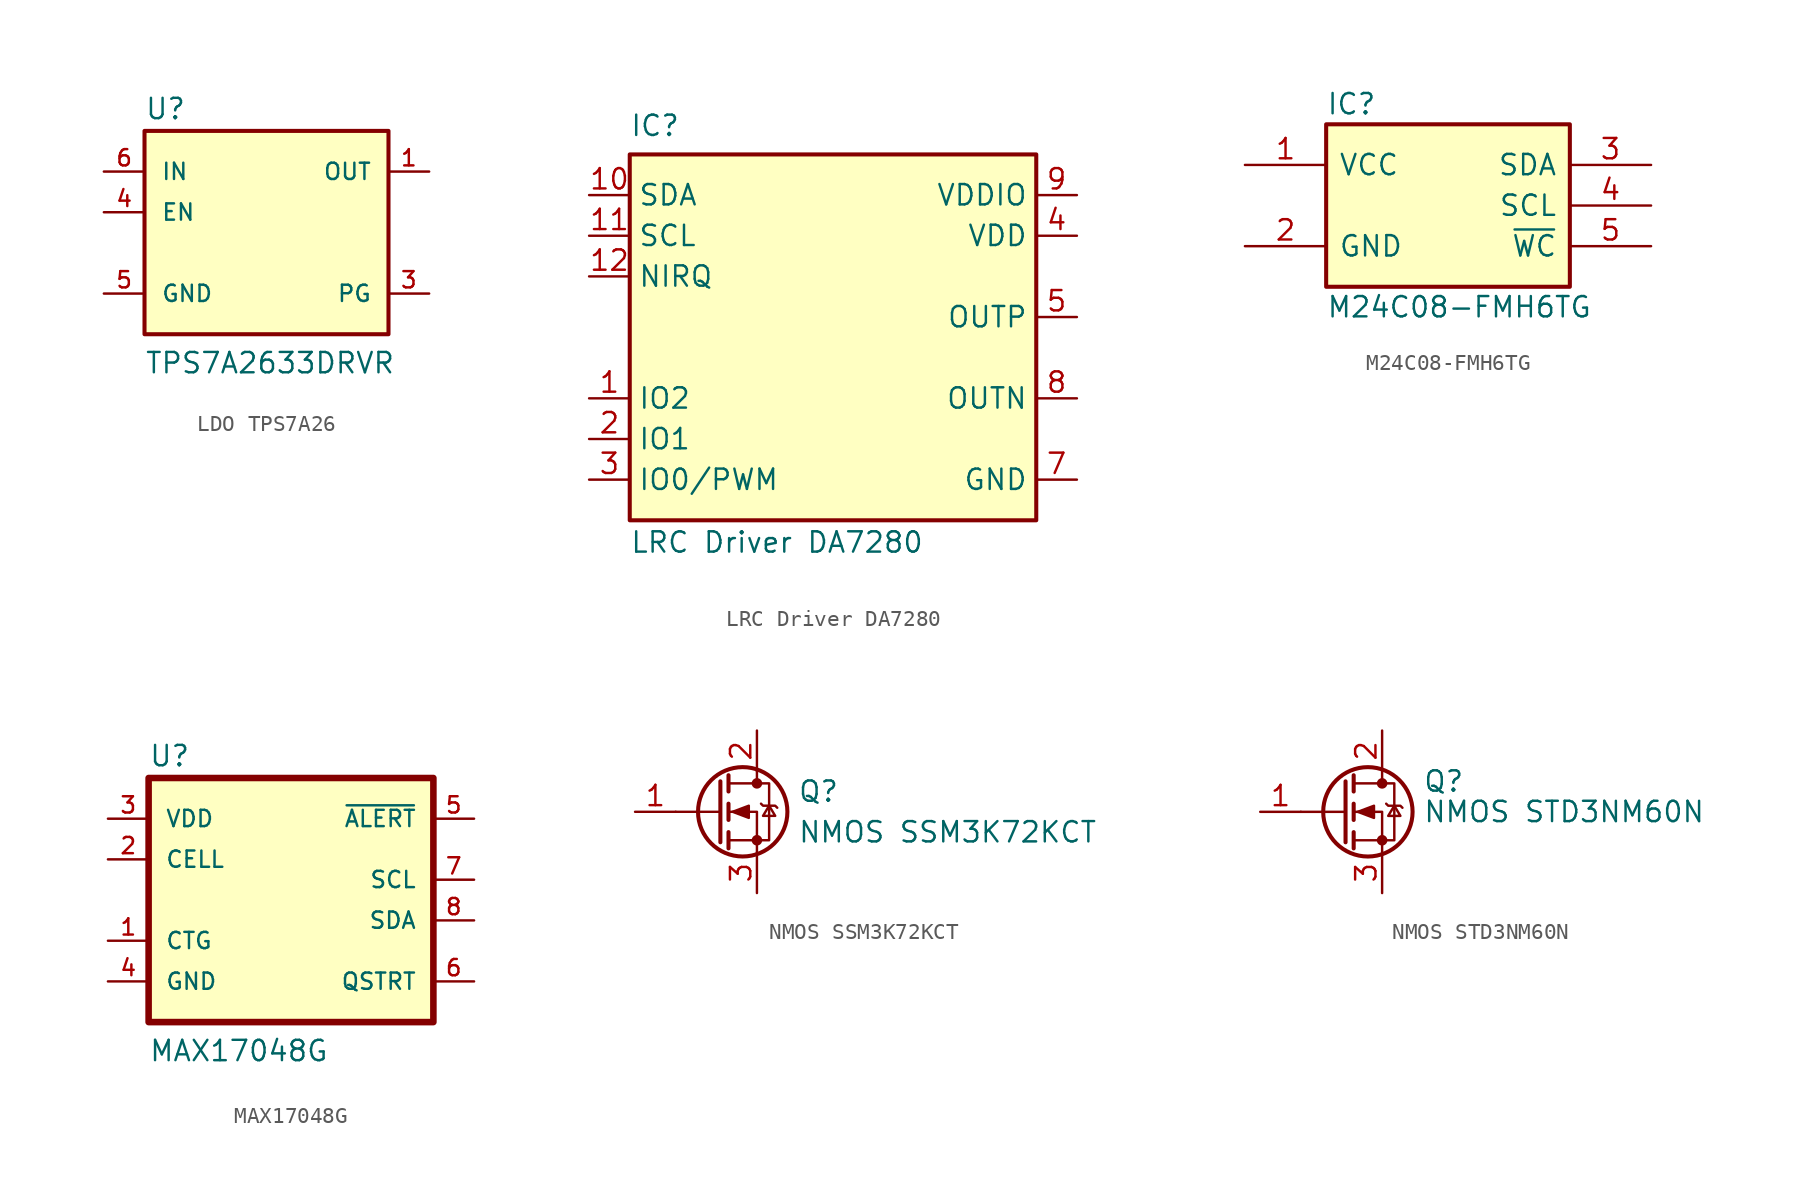
<source format=kicad_sym>
(kicad_symbol_lib
  (version 20231120)
  (generator "kicad_symbol_editor")
  (generator_version "8.0")
  (symbol "LDO TPS7A26"
    (pin_names
      (offset 1.016))
    (property "Reference" "U"
      (at -7.62 9.525 0)
      (do_not_autoplace)
      (effects (font (size 1.27 1.27)) (justify left bottom)))
    (property "Value" "TPS7A2633DRVR"
      (at -7.62 -6.35 0)
      (do_not_autoplace)
      (effects (font (size 1.27 1.27)) (justify left bottom)))
    (symbol "LDO TPS7A26_0_0"
      (rectangle (start -7.62 8.89) (end 7.62 -3.81) (stroke (width 0.254) (type default)) (fill (type background)))
      (pin output line (at 10.16 6.35 180) (length 2.54) (name "OUT" (effects (font (size 1.016 1.016)))) (number "1" (effects (font (size 1.016 1.016)))))
      (pin no_connect line (at 10.16 3.81 180) (length 2.54) hide (name "NC" (effects (font (size 1.016 1.016)))) (number "2" (effects (font (size 1.016 1.016)))))
      (pin output line (at 10.16 -1.27 180) (length 2.54) (name "PG" (effects (font (size 1.016 1.016)))) (number "3" (effects (font (size 1.016 1.016)))))
      (pin input line (at -10.16 3.81 0) (length 2.54) (name "EN" (effects (font (size 1.016 1.016)))) (number "4" (effects (font (size 1.016 1.016)))))
      (pin power_in line (at -10.16 -1.27 0) (length 2.54) (name "GND" (effects (font (size 1.016 1.016)))) (number "5" (effects (font (size 1.016 1.016)))))
      (pin input line (at -10.16 6.35 0) (length 2.54) (name "IN" (effects (font (size 1.016 1.016)))) (number "6" (effects (font (size 1.016 1.016)))))
      (pin passive line (at -10.16 -1.27 0) (length 2.54) hide (name "EXP" (effects (font (size 1.016 1.016)))) (number "7" (effects (font (size 1.016 1.016)))))))
  (symbol "LRC Driver DA7280"
    (property "Reference" "IC"
      (at -12.7 13.97 0)
      (effects (font (size 1.27 1.27)) (justify left top)))
    (property "Value" "LRC Driver DA7280"
      (at -12.7 -12.065 0)
      (effects (font (size 1.27 1.27)) (justify left top)))
    (symbol "LRC Driver DA7280_1_1"
      (rectangle (start -12.7 11.43) (end 12.7 -11.43) (stroke (width 0.254) (type default)) (fill (type background)))
      (pin passive line (at -15.24 -3.81 0) (length 2.54) (name "IO2" (effects (font (size 1.27 1.27)))) (number "1" (effects (font (size 1.27 1.27)))))
      (pin passive line (at -15.24 8.89 0) (length 2.54) (name "SDA" (effects (font (size 1.27 1.27)))) (number "10" (effects (font (size 1.27 1.27)))))
      (pin passive line (at -15.24 6.35 0) (length 2.54) (name "SCL" (effects (font (size 1.27 1.27)))) (number "11" (effects (font (size 1.27 1.27)))))
      (pin passive line (at -15.24 3.81 0) (length 2.54) (name "NIRQ" (effects (font (size 1.27 1.27)))) (number "12" (effects (font (size 1.27 1.27)))))
      (pin passive line (at -15.24 -6.35 0) (length 2.54) (name "IO1" (effects (font (size 1.27 1.27)))) (number "2" (effects (font (size 1.27 1.27)))))
      (pin passive line (at -15.24 -8.89 0) (length 2.54) (name "IO0/PWM" (effects (font (size 1.27 1.27)))) (number "3" (effects (font (size 1.27 1.27)))))
      (pin passive line (at 15.24 6.35 180) (length 2.54) (name "VDD" (effects (font (size 1.27 1.27)))) (number "4" (effects (font (size 1.27 1.27)))))
      (pin passive line (at 15.24 1.27 180) (length 2.54) (name "OUTP" (effects (font (size 1.27 1.27)))) (number "5" (effects (font (size 1.27 1.27)))))
      (pin passive line (at 15.24 -8.89 180) (length 2.54) hide (name "GND" (effects (font (size 1.27 1.27)))) (number "6" (effects (font (size 1.27 1.27)))))
      (pin passive line (at 15.24 -8.89 180) (length 2.54) (name "GND" (effects (font (size 1.27 1.27)))) (number "7" (effects (font (size 1.27 1.27)))))
      (pin passive line (at 15.24 -3.81 180) (length 2.54) (name "OUTN" (effects (font (size 1.27 1.27)))) (number "8" (effects (font (size 1.27 1.27)))))
      (pin passive line (at 15.24 8.89 180) (length 2.54) (name "VDDIO" (effects (font (size 1.27 1.27)))) (number "9" (effects (font (size 1.27 1.27)))))))
  (symbol "M24C08-FMH6TG"
    (pin_names
      (offset 0.762))
    (property "Reference" "IC"
      (at 5.08 3.81 0)
      (effects (font (size 1.27 1.27)) (justify left)))
    (property "Value" "M24C08-FMH6TG"
      (at 5.08 -8.89 0)
      (effects (font (size 1.27 1.27)) (justify left)))
    (symbol "M24C08-FMH6TG_0_0"
      (pin passive line (at 0 0 0) (length 5.08) (name "VCC" (effects (font (size 1.27 1.27)))) (number "1" (effects (font (size 1.27 1.27)))))
      (pin passive line (at 25.4 0 180) (length 5.08) (name "SDA" (effects (font (size 1.27 1.27)))) (number "3" (effects (font (size 1.27 1.27)))))
      (pin passive line (at 25.4 -2.54 180) (length 5.08) (name "SCL" (effects (font (size 1.27 1.27)))) (number "4" (effects (font (size 1.27 1.27)))))
      (pin passive line (at 25.4 -5.08 180) (length 5.08) (name "~{WC}" (effects (font (size 1.27 1.27)))) (number "5" (effects (font (size 1.27 1.27))))))
    (symbol "M24C08-FMH6TG_0_1"
      (rectangle (start 5.08 2.54) (end 20.32 -7.62) (stroke (width 0.254) (type default)) (fill (type background))))
    (symbol "M24C08-FMH6TG_1_0"
      (pin passive line (at 0 -5.08 0) (length 5.08) (name "GND" (effects (font (size 1.27 1.27)))) (number "2" (effects (font (size 1.27 1.27)))))))
  (symbol "MAX17048G"
    (pin_names
      (offset 1.016))
    (property "Reference" "U"
      (at -10.16 8.255 0)
      (effects (font (size 1.27 1.27)) (justify left bottom)))
    (property "Value" "MAX17048G"
      (at -10.16 -10.16 0)
      (do_not_autoplace)
      (effects (font (size 1.27 1.27)) (justify left bottom)))
    (symbol "MAX17048G_0_0"
      (rectangle (start -10.16 7.62) (end 7.62 -7.62) (stroke (width 0.41) (type default)) (fill (type background)))
      (pin power_in line (at -12.7 -2.54 0) (length 2.54) (name "CTG" (effects (font (size 1.016 1.016)))) (number "1" (effects (font (size 1.016 1.016)))))
      (pin power_in line (at -12.7 2.54 0) (length 2.54) (name "CELL" (effects (font (size 1.016 1.016)))) (number "2" (effects (font (size 1.016 1.016)))))
      (pin power_in line (at -12.7 5.08 0) (length 2.54) (name "VDD" (effects (font (size 1.016 1.016)))) (number "3" (effects (font (size 1.016 1.016)))))
      (pin power_in line (at -12.7 -5.08 0) (length 2.54) (name "GND" (effects (font (size 1.016 1.016)))) (number "4" (effects (font (size 1.016 1.016)))))
      (pin output line (at 10.16 5.08 180) (length 2.54) (name "~{ALERT}" (effects (font (size 1.016 1.016)))) (number "5" (effects (font (size 1.016 1.016)))))
      (pin input line (at 10.16 -5.08 180) (length 2.54) (name "QSTRT" (effects (font (size 1.016 1.016)))) (number "6" (effects (font (size 1.016 1.016)))))
      (pin input line (at 10.16 1.27 180) (length 2.54) (name "SCL" (effects (font (size 1.016 1.016)))) (number "7" (effects (font (size 1.016 1.016)))))
      (pin bidirectional line (at 10.16 -1.27 180) (length 2.54) (name "SDA" (effects (font (size 1.016 1.016)))) (number "8" (effects (font (size 1.016 1.016)))))
      (pin power_in line (at -12.7 -5.08 0) (length 2.54) hide (name "EP" (effects (font (size 1.016 1.016)))) (number "9" (effects (font (size 1.016 1.016)))))))
  (symbol "NMOS SSM3K72KCT"
    (pin_names
      (offset 0.762))
    (property "Reference" "Q"
      (at 2.54 1.27 0)
      (effects (font (size 1.27 1.27)) (justify left)))
    (property "Value" "NMOS SSM3K72KCT"
      (at 2.54 -1.27 0)
      (effects (font (size 1.27 1.27)) (justify left)))
    (symbol "NMOS SSM3K72KCT_0_1"
      (circle (center -0.889 0) (radius 2.794) (stroke (width 0.254) (type default)) (fill (type none)))
      (circle (center 0 -1.778) (radius 0.254) (stroke (width 0) (type default)) (fill (type outline)))
      (polyline (pts (xy -2.286 0) (xy -5.08 0)) (stroke (width 0) (type default)) (fill (type none)))
      (polyline (pts (xy -2.286 1.905) (xy -2.286 -1.905)) (stroke (width 0.254) (type default)) (fill (type none)))
      (polyline (pts (xy -1.778 -1.27) (xy -1.778 -2.286)) (stroke (width 0.254) (type default)) (fill (type none)))
      (polyline (pts (xy -1.778 0.508) (xy -1.778 -0.508)) (stroke (width 0.254) (type default)) (fill (type none)))
      (polyline (pts (xy -1.778 2.286) (xy -1.778 1.27)) (stroke (width 0.254) (type default)) (fill (type none)))
      (polyline (pts (xy 0 2.54) (xy 0 1.778)) (stroke (width 0) (type default)) (fill (type none)))
      (polyline (pts (xy 0 -2.54) (xy 0 0) (xy -1.778 0)) (stroke (width 0) (type default)) (fill (type none)))
      (polyline (pts (xy -1.778 -1.778) (xy 0.762 -1.778) (xy 0.762 1.778) (xy -1.778 1.778)) (stroke (width 0) (type default)) (fill (type none)))
      (polyline (pts (xy -1.524 0) (xy -0.508 0.381) (xy -0.508 -0.381) (xy -1.524 0)) (stroke (width 0) (type default)) (fill (type outline)))
      (polyline (pts (xy 0.254 0.508) (xy 0.381 0.381) (xy 1.143 0.381) (xy 1.27 0.254)) (stroke (width 0) (type default)) (fill (type none)))
      (polyline (pts (xy 0.762 0.381) (xy 0.381 -0.254) (xy 1.143 -0.254) (xy 0.762 0.381)) (stroke (width 0) (type default)) (fill (type none)))
      (circle (center 0 1.778) (radius 0.254) (stroke (width 0) (type default)) (fill (type outline))))
    (symbol "NMOS SSM3K72KCT_1_1"
      (pin passive line (at -7.62 0 0) (length 2.54) (name "" (effects (font (size 1.27 1.27)))) (number "1" (effects (font (size 1.27 1.27)))))
      (pin passive line (at 0 5.08 270) (length 2.54) (name "" (effects (font (size 1.27 1.27)))) (number "2" (effects (font (size 1.27 1.27)))))
      (pin passive line (at 0 -5.08 90) (length 2.54) (name "" (effects (font (size 1.27 1.27)))) (number "3" (effects (font (size 1.27 1.27)))))))
  (symbol "NMOS STD3NM60N"
    (pin_names hide)
    (property "Reference" "Q"
      (at 5.08 1.905 0)
      (effects (font (size 1.27 1.27)) (justify left)))
    (property "Value" "NMOS STD3NM60N"
      (at 5.08 0 0)
      (effects (font (size 1.27 1.27)) (justify left)))
    (symbol "NMOS STD3NM60N_0_1"
      (polyline (pts (xy 0.254 0) (xy -2.54 0)) (stroke (width 0) (type default)) (fill (type none)))
      (polyline (pts (xy 0.254 1.905) (xy 0.254 -1.905)) (stroke (width 0.254) (type default)) (fill (type none)))
      (polyline (pts (xy 0.762 -1.27) (xy 0.762 -2.286)) (stroke (width 0.254) (type default)) (fill (type none)))
      (polyline (pts (xy 0.762 0.508) (xy 0.762 -0.508)) (stroke (width 0.254) (type default)) (fill (type none)))
      (polyline (pts (xy 0.762 2.286) (xy 0.762 1.27)) (stroke (width 0.254) (type default)) (fill (type none)))
      (polyline (pts (xy 2.54 2.54) (xy 2.54 1.778)) (stroke (width 0) (type default)) (fill (type none)))
      (polyline (pts (xy 2.54 -2.54) (xy 2.54 0) (xy 0.762 0)) (stroke (width 0) (type default)) (fill (type none)))
      (polyline (pts (xy 0.762 -1.778) (xy 3.302 -1.778) (xy 3.302 1.778) (xy 0.762 1.778)) (stroke (width 0) (type default)) (fill (type none)))
      (polyline (pts (xy 1.016 0) (xy 2.032 0.381) (xy 2.032 -0.381) (xy 1.016 0)) (stroke (width 0) (type default)) (fill (type outline)))
      (polyline (pts (xy 2.794 0.508) (xy 2.921 0.381) (xy 3.683 0.381) (xy 3.81 0.254)) (stroke (width 0) (type default)) (fill (type none)))
      (polyline (pts (xy 3.302 0.381) (xy 2.921 -0.254) (xy 3.683 -0.254) (xy 3.302 0.381)) (stroke (width 0) (type default)) (fill (type none)))
      (circle (center 1.651 0) (radius 2.794) (stroke (width 0.254) (type default)) (fill (type none)))
      (circle (center 2.54 -1.778) (radius 0.254) (stroke (width 0) (type default)) (fill (type outline)))
      (circle (center 2.54 1.778) (radius 0.254) (stroke (width 0) (type default)) (fill (type outline))))
    (symbol "NMOS STD3NM60N_1_1"
      (pin passive line (at -5.08 0 0) (length 2.54) (name "G" (effects (font (size 1.27 1.27)))) (number "1" (effects (font (size 1.27 1.27)))))
      (pin passive line (at 2.54 5.08 270) (length 2.54) (name "D" (effects (font (size 1.27 1.27)))) (number "2" (effects (font (size 1.27 1.27)))))
      (pin passive line (at 2.54 -5.08 90) (length 2.54) (name "S" (effects (font (size 1.27 1.27)))) (number "3" (effects (font (size 1.27 1.27))))))))
</source>
